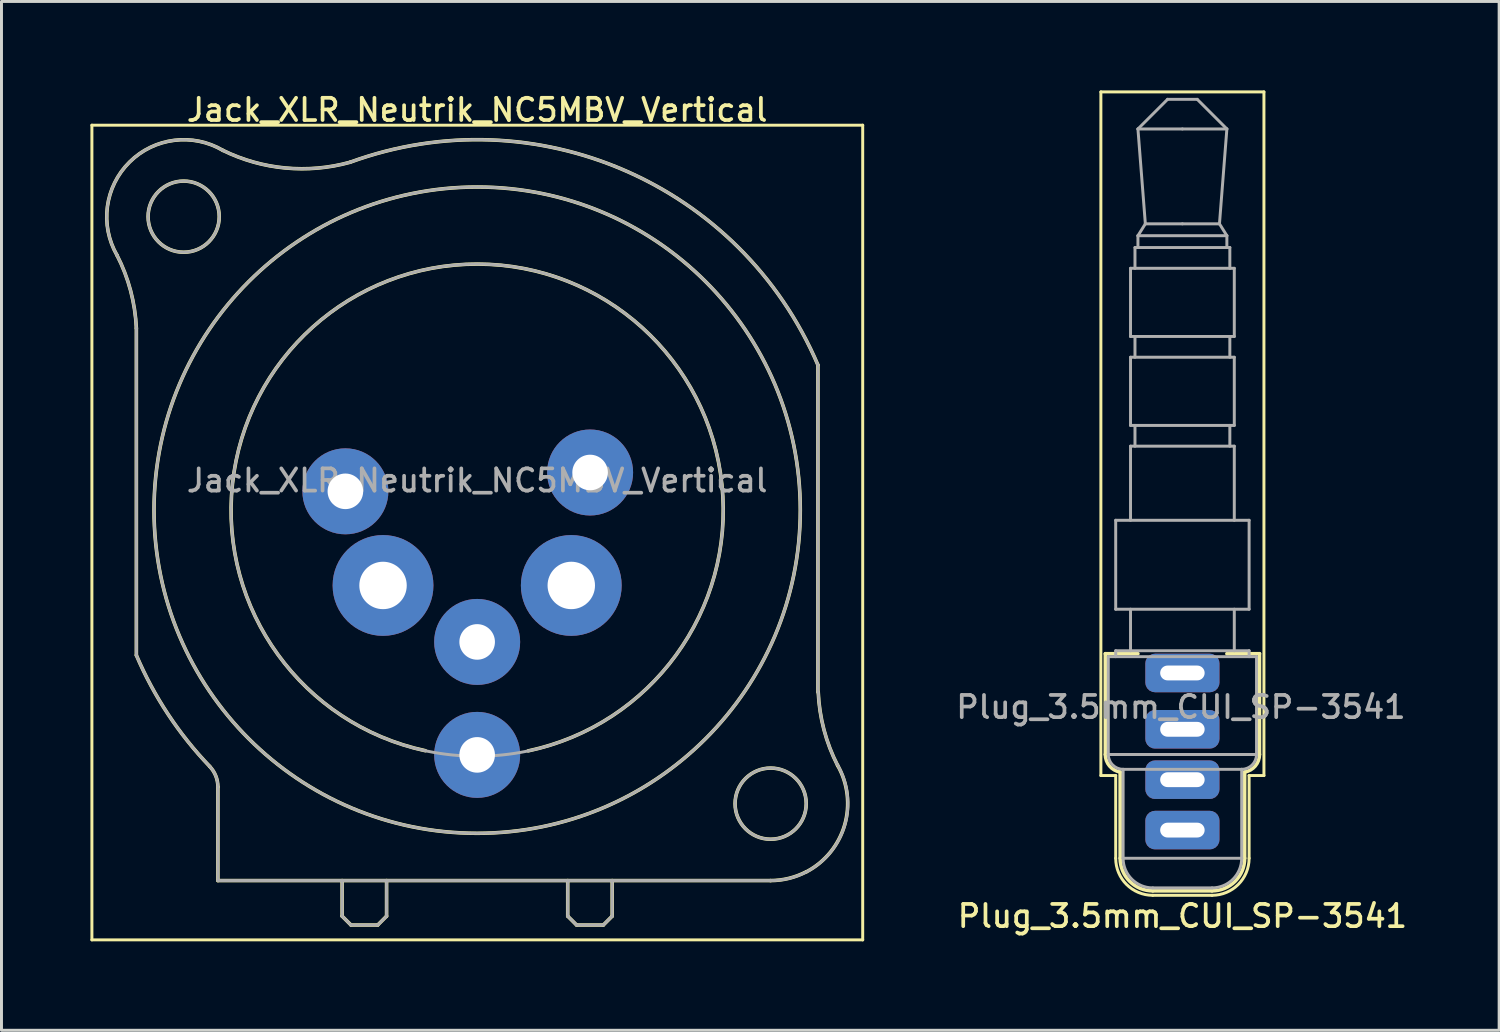
<source format=kicad_pcb>
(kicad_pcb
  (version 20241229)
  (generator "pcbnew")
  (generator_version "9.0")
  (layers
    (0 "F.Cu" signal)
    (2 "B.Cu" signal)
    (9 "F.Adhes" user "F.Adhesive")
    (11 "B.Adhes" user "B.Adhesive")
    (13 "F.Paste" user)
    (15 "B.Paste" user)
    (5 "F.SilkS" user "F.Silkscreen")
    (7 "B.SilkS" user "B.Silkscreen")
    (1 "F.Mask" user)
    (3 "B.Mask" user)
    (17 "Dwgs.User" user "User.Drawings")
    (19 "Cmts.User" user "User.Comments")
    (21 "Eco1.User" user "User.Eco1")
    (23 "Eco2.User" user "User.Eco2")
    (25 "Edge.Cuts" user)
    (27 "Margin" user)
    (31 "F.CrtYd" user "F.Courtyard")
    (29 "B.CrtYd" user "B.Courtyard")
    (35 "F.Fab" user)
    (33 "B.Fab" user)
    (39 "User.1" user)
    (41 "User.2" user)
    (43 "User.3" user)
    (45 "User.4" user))
  (footprint "Plug_3.5mm_CUI_SP-3541"
    (layer "F.Cu")
    (at 36.834 19.65)
    (property "Reference" "Plug_3.5mm_CUI_SP-3541" (at 0 8.2 0) (layer "F.SilkS") (effects (font (size 0.75 0.75) (thickness 0.125))))
    (attr through_hole)
    (fp_line (start -2.75 -19.6) (end 2.75 -19.6) (stroke (width 0.1) (type solid)) (layer "F.SilkS"))
    (fp_line (start -2.75 3.46) (end -2.75 -19.6) (stroke (width 0.1) (type solid)) (layer "F.SilkS"))
    (fp_line (start -2.75 3.46) (end -2.25 3.46) (stroke (width 0.1) (type solid)) (layer "F.SilkS"))
    (fp_line (start -2.6 -0.65) (end -1.5 -0.65) (stroke (width 0.12) (type solid)) (layer "F.SilkS"))
    (fp_line (start -2.6 2.75) (end -2.6 -0.65) (stroke (width 0.12) (type solid)) (layer "F.SilkS"))
    (fp_line (start -2.25 6.25) (end -2.25 3.46) (stroke (width 0.1) (type solid)) (layer "F.SilkS"))
    (fp_line (start -2.1 6.25) (end -2.1 3.342) (stroke (width 0.12) (type solid)) (layer "F.SilkS"))
    (fp_line (start 1 7.35) (end -1 7.35) (stroke (width 0.12) (type solid)) (layer "F.SilkS"))
    (fp_line (start 1 7.5) (end -1 7.5) (stroke (width 0.1) (type solid)) (layer "F.SilkS"))
    (fp_line (start 1.5 -0.65) (end 2.6 -0.65) (stroke (width 0.12) (type solid)) (layer "F.SilkS"))
    (fp_line (start 2.1 3.342) (end 2.1 6.25) (stroke (width 0.12) (type solid)) (layer "F.SilkS"))
    (fp_line (start 2.25 3.46) (end 2.25 6.25) (stroke (width 0.1) (type solid)) (layer "F.SilkS"))
    (fp_line (start 2.25 3.46) (end 2.75 3.46) (stroke (width 0.1) (type solid)) (layer "F.SilkS"))
    (fp_line (start 2.6 -0.65) (end 2.6 2.75) (stroke (width 0.12) (type solid)) (layer "F.SilkS"))
    (fp_line (start 2.75 -19.6) (end 2.75 3.46) (stroke (width 0.1) (type solid)) (layer "F.SilkS"))
    (fp_arc (start -2.1 3.341608) (mid -2.458258 3.137298) (end -2.6 2.75) (stroke (width 0.12) (type solid)) (layer "F.SilkS"))
    (fp_arc (start -1 7.35) (mid -1.777817 7.027817) (end -2.1 6.25) (stroke (width 0.12) (type solid)) (layer "F.SilkS"))
    (fp_arc (start -1 7.5) (mid -1.883883 7.133883) (end -2.25 6.25) (stroke (width 0.1) (type solid)) (layer "F.SilkS"))
    (fp_arc (start 2.1 6.25) (mid 1.777817 7.027817) (end 1 7.35) (stroke (width 0.12) (type solid)) (layer "F.SilkS"))
    (fp_arc (start 2.25 6.25) (mid 1.883883 7.133883) (end 1 7.5) (stroke (width 0.1) (type solid)) (layer "F.SilkS"))
    (fp_arc (start 2.6 2.75) (mid 2.458258 3.137298) (end 2.1 3.341608) (stroke (width 0.12) (type solid)) (layer "F.SilkS"))
    (fp_line (start -2.5 -0.55) (end 2.5 -0.55) (stroke (width 0.1) (type solid)) (layer "F.Fab"))
    (fp_line (start -2.5 2.75) (end -2.5 -0.55) (stroke (width 0.1) (type solid)) (layer "F.Fab"))
    (fp_line (start -2.5 2.75) (end 2.5 2.75) (stroke (width 0.1) (type solid)) (layer "F.Fab"))
    (fp_line (start -2.25 -5.15) (end -2.25 -2.15) (stroke (width 0.1) (type solid)) (layer "F.Fab"))
    (fp_line (start -2.25 -0.75) (end -2.25 -0.55) (stroke (width 0.1) (type solid)) (layer "F.Fab"))
    (fp_line (start -2 3.25) (end 2 3.25) (stroke (width 0.1) (type solid)) (layer "F.Fab"))
    (fp_line (start -2 6.25) (end -2 3.25) (stroke (width 0.1) (type solid)) (layer "F.Fab"))
    (fp_line (start -2 6.25) (end 2 6.25) (stroke (width 0.1) (type solid)) (layer "F.Fab"))
    (fp_line (start -1.75 -13.65) (end -1.75 -11.35) (stroke (width 0.1) (type solid)) (layer "F.Fab"))
    (fp_line (start -1.75 -13.65) (end 1.75 -13.65) (stroke (width 0.1) (type solid)) (layer "F.Fab"))
    (fp_line (start -1.75 -11.35) (end 1.75 -11.35) (stroke (width 0.1) (type solid)) (layer "F.Fab"))
    (fp_line (start -1.75 -10.65) (end -1.75 -8.35) (stroke (width 0.1) (type solid)) (layer "F.Fab"))
    (fp_line (start -1.75 -10.65) (end 1.75 -10.65) (stroke (width 0.1) (type solid)) (layer "F.Fab"))
    (fp_line (start -1.75 -8.35) (end 1.75 -8.35) (stroke (width 0.1) (type solid)) (layer "F.Fab"))
    (fp_line (start -1.75 -7.65) (end -1.75 -5.15) (stroke (width 0.1) (type solid)) (layer "F.Fab"))
    (fp_line (start -1.75 -7.65) (end 1.75 -7.65) (stroke (width 0.1) (type solid)) (layer "F.Fab"))
    (fp_line (start -1.75 -2.15) (end -1.75 -0.75) (stroke (width 0.1) (type solid)) (layer "F.Fab"))
    (fp_line (start -1.6 -14.35) (end -1.6 -13.65) (stroke (width 0.1) (type solid)) (layer "F.Fab"))
    (fp_line (start -1.6 -14.35) (end 1.6 -14.35) (stroke (width 0.1) (type solid)) (layer "F.Fab"))
    (fp_line (start -1.6 -11.35) (end -1.6 -10.65) (stroke (width 0.1) (type solid)) (layer "F.Fab"))
    (fp_line (start -1.6 -8.35) (end -1.6 -7.65) (stroke (width 0.1) (type solid)) (layer "F.Fab"))
    (fp_line (start -1.5 -18.35) (end -1.25 -15.15) (stroke (width 0.1) (type solid)) (layer "F.Fab"))
    (fp_line (start -1.5 -14.75) (end -1.5 -14.35) (stroke (width 0.1) (type solid)) (layer "F.Fab"))
    (fp_line (start -1.5 -14.75) (end 1.5 -14.75) (stroke (width 0.1) (type solid)) (layer "F.Fab"))
    (fp_line (start -1.25 -15.15) (end -1.5 -14.75) (stroke (width 0.1) (type solid)) (layer "F.Fab"))
    (fp_line (start -0.5 -19.35) (end -1.5 -18.35) (stroke (width 0.1) (type solid)) (layer "F.Fab"))
    (fp_line (start 0 -18.35) (end -1.5 -18.35) (stroke (width 0.1) (type solid)) (layer "F.Fab"))
    (fp_line (start 0 -15.15) (end -1.25 -15.15) (stroke (width 0.1) (type solid)) (layer "F.Fab"))
    (fp_line (start 0.5 -19.35) (end -0.5 -19.35) (stroke (width 0.1) (type solid)) (layer "F.Fab"))
    (fp_line (start 1 7.25) (end -1 7.25) (stroke (width 0.1) (type solid)) (layer "F.Fab"))
    (fp_line (start 1.25 -15.15) (end 0 -15.15) (stroke (width 0.1) (type solid)) (layer "F.Fab"))
    (fp_line (start 1.25 -15.15) (end 1.5 -18.35) (stroke (width 0.1) (type solid)) (layer "F.Fab"))
    (fp_line (start 1.5 -18.35) (end 0 -18.35) (stroke (width 0.1) (type solid)) (layer "F.Fab"))
    (fp_line (start 1.5 -18.35) (end 0.5 -19.35) (stroke (width 0.1) (type solid)) (layer "F.Fab"))
    (fp_line (start 1.5 -14.75) (end 1.25 -15.15) (stroke (width 0.1) (type solid)) (layer "F.Fab"))
    (fp_line (start 1.5 -14.35) (end 1.5 -14.75) (stroke (width 0.1) (type solid)) (layer "F.Fab"))
    (fp_line (start 1.6 -13.65) (end 1.6 -14.35) (stroke (width 0.1) (type solid)) (layer "F.Fab"))
    (fp_line (start 1.6 -10.65) (end 1.6 -11.35) (stroke (width 0.1) (type solid)) (layer "F.Fab"))
    (fp_line (start 1.6 -7.65) (end 1.6 -8.35) (stroke (width 0.1) (type solid)) (layer "F.Fab"))
    (fp_line (start 1.75 -11.35) (end 1.75 -13.65) (stroke (width 0.1) (type solid)) (layer "F.Fab"))
    (fp_line (start 1.75 -8.35) (end 1.75 -10.65) (stroke (width 0.1) (type solid)) (layer "F.Fab"))
    (fp_line (start 1.75 -5.15) (end 1.75 -7.65) (stroke (width 0.1) (type solid)) (layer "F.Fab"))
    (fp_line (start 1.75 -0.75) (end 1.75 -2.15) (stroke (width 0.1) (type solid)) (layer "F.Fab"))
    (fp_line (start 2 3.25) (end 2 6.25) (stroke (width 0.1) (type solid)) (layer "F.Fab"))
    (fp_line (start 2.25 -5.15) (end -2.25 -5.15) (stroke (width 0.1) (type solid)) (layer "F.Fab"))
    (fp_line (start 2.25 -2.15) (end -2.25 -2.15) (stroke (width 0.1) (type solid)) (layer "F.Fab"))
    (fp_line (start 2.25 -2.15) (end 2.25 -5.15) (stroke (width 0.1) (type solid)) (layer "F.Fab"))
    (fp_line (start 2.25 -0.75) (end -2.25 -0.75) (stroke (width 0.1) (type solid)) (layer "F.Fab"))
    (fp_line (start 2.25 -0.55) (end 2.25 -0.75) (stroke (width 0.1) (type solid)) (layer "F.Fab"))
    (fp_line (start 2.5 -0.55) (end 2.5 2.75) (stroke (width 0.1) (type solid)) (layer "F.Fab"))
    (fp_arc (start -2 3.25) (mid -2.353553 3.103553) (end -2.5 2.75) (stroke (width 0.1) (type solid)) (layer "F.Fab"))
    (fp_arc (start -1 7.25) (mid -1.707107 6.957107) (end -2 6.25) (stroke (width 0.1) (type solid)) (layer "F.Fab"))
    (fp_arc (start 2 6.25) (mid 1.707107 6.957107) (end 1 7.25) (stroke (width 0.1) (type solid)) (layer "F.Fab"))
    (fp_arc (start 2.5 2.75) (mid 2.353553 3.103553) (end 2 3.25) (stroke (width 0.1) (type solid)) (layer "F.Fab"))
    (fp_text user "${REFERENCE}" (at -0.05 1.15 0) (layer "F.Fab") (effects (font (size 0.75 0.75) (thickness 0.125))))
    (pad "R1" thru_hole roundrect (at 0 3.6) (size 2.5 1.3) (drill oval 1.5 0.5) (layers "*.Cu" "*.Mask") (roundrect_rratio 0.25))
    (pad "R2" thru_hole roundrect (at 0 1.9) (size 2.5 1.3) (drill oval 1.5 0.5) (layers "*.Cu" "*.Mask") (roundrect_rratio 0.25))
    (pad "S" thru_hole roundrect (at 0 0) (size 2.5 1.3) (drill oval 1.5 0.5) (layers "*.Cu" "*.Mask") (roundrect_rratio 0.25))
    (pad "T" thru_hole roundrect (at 0 5.3) (size 2.5 1.3) (drill oval 1.5 0.5) (layers "*.Cu" "*.Mask") (roundrect_rratio 0.25)))
  (footprint "Jack_XLR_Neutrik_NC5MBV_Vertical"
    (layer "F.Cu")
    (at 8.6 13.523)
    (property "Reference" "Jack_XLR_Neutrik_NC5MBV_Vertical" (at 4.445 -12.865 0) (layer "F.SilkS") (effects (font (size 0.75 0.75) (thickness 0.125))))
    (attr through_hole)
    (fp_line (start -8.55 -12.35) (end 17.45 -12.35) (stroke (width 0.1) (type solid)) (layer "F.SilkS"))
    (fp_line (start -8.55 15.13) (end -8.55 -12.35) (stroke (width 0.1) (type solid)) (layer "F.SilkS"))
    (fp_line (start -7.05 -5.5) (end -7.05 5.53) (stroke (width 0.12) (type solid)) (layer "F.SilkS"))
    (fp_line (start -4.3 9.97) (end -4.3 13.13) (stroke (width 0.12) (type solid)) (layer "F.SilkS"))
    (fp_line (start -0.11 13.13) (end -0.11 14.33) (stroke (width 0.12) (type solid)) (layer "F.SilkS"))
    (fp_line (start -0.11 14.33) (end 0.19 14.63) (stroke (width 0.12) (type solid)) (layer "F.SilkS"))
    (fp_line (start 0.19 14.63) (end 1.09 14.63) (stroke (width 0.12) (type solid)) (layer "F.SilkS"))
    (fp_line (start 1.39 13.13) (end 1.39 14.33) (stroke (width 0.12) (type solid)) (layer "F.SilkS"))
    (fp_line (start 1.39 14.33) (end 1.09 14.63) (stroke (width 0.12) (type solid)) (layer "F.SilkS"))
    (fp_line (start 7.5 13.13) (end 7.5 14.33) (stroke (width 0.12) (type solid)) (layer "F.SilkS"))
    (fp_line (start 7.5 14.33) (end 7.8 14.63) (stroke (width 0.12) (type solid)) (layer "F.SilkS"))
    (fp_line (start 8.7 14.63) (end 7.8 14.63) (stroke (width 0.12) (type solid)) (layer "F.SilkS"))
    (fp_line (start 9 13.13) (end 9 14.33) (stroke (width 0.12) (type solid)) (layer "F.SilkS"))
    (fp_line (start 9 14.33) (end 8.7 14.63) (stroke (width 0.12) (type solid)) (layer "F.SilkS"))
    (fp_line (start 14.34 13.13) (end -4.3 13.13) (stroke (width 0.12) (type solid)) (layer "F.SilkS"))
    (fp_line (start 15.94 6.77) (end 15.94 -4.26) (stroke (width 0.12) (type solid)) (layer "F.SilkS"))
    (fp_line (start 17.45 -12.35) (end 17.45 15.13) (stroke (width 0.1) (type solid)) (layer "F.SilkS"))
    (fp_line (start 17.45 15.13) (end -8.55 15.13) (stroke (width 0.1) (type solid)) (layer "F.SilkS"))
    (fp_arc (start -7.706072 -7.969016) (mid -7.245016 -6.769854) (end -7.05 -5.5) (stroke (width 0.12) (type solid)) (layer "F.SilkS"))
    (fp_arc (start -7.701898 -7.960402) (mid -7.280108 -11.106809) (end -4.13 -11.5) (stroke (width 0.12) (type solid)) (layer "F.SilkS"))
    (fp_arc (start -4.57767 9.277192) (mid -5.983521 7.515552) (end -7.05 5.53) (stroke (width 0.12) (type solid)) (layer "F.SilkS"))
    (fp_arc (start -4.577033 9.279118) (mid -4.371839 9.597822) (end -4.3 9.97) (stroke (width 0.12) (type solid)) (layer "F.SilkS"))
    (fp_arc (start 0.155138 -11.099295) (mid -2.024203 -10.906412) (end -4.13 -11.5) (stroke (width 0.12) (type solid)) (layer "F.SilkS"))
    (fp_arc (start 0.15831 -11.100431) (mid 9.413683 -10.828344) (end 15.94 -4.26) (stroke (width 0.12) (type solid)) (layer "F.SilkS"))
    (fp_arc (start 2.7 8.75) (mid 4.457421 -7.665488) (end 6.165706 8.755186) (stroke (width 0.12) (type solid)) (layer "F.SilkS"))
    (fp_arc (start 15.548589 12.832023) (mid 14.96239 13.054406) (end 14.34 13.13) (stroke (width 0.12) (type solid)) (layer "F.SilkS"))
    (fp_arc (start 16.602795 9.242305) (mid 16.840071 11.256668) (end 15.56 12.83) (stroke (width 0.12) (type solid)) (layer "F.SilkS"))
    (fp_arc (start 16.607596 9.253415) (mid 16.144453 8.047281) (end 15.95 6.77) (stroke (width 0.12) (type solid)) (layer "F.SilkS"))
    (fp_circle (center -5.455 -9.265) (end -4.255 -9.265) (stroke (width 0.12) (type solid)) (fill no) (layer "F.SilkS"))
    (fp_circle (center 4.445 0.635) (end 15.345 0.635) (stroke (width 0.12) (type solid)) (fill no) (layer "F.SilkS"))
    (fp_circle (center 14.345 10.535) (end 15.545 10.535) (stroke (width 0.12) (type solid)) (fill no) (layer "F.SilkS"))
    (fp_line (start -7.05 -5.5) (end -7.05 5.53) (stroke (width 0.1) (type solid)) (layer "F.Fab"))
    (fp_line (start -4.3 9.97) (end -4.3 13.13) (stroke (width 0.1) (type solid)) (layer "F.Fab"))
    (fp_line (start -0.11 13.13) (end -0.11 14.33) (stroke (width 0.1) (type solid)) (layer "F.Fab"))
    (fp_line (start -0.11 14.33) (end 0.19 14.63) (stroke (width 0.1) (type solid)) (layer "F.Fab"))
    (fp_line (start 0.19 14.63) (end 1.09 14.63) (stroke (width 0.1) (type solid)) (layer "F.Fab"))
    (fp_line (start 1.39 13.13) (end 1.39 14.33) (stroke (width 0.1) (type solid)) (layer "F.Fab"))
    (fp_line (start 1.39 14.33) (end 1.09 14.63) (stroke (width 0.1) (type solid)) (layer "F.Fab"))
    (fp_line (start 7.5 13.13) (end 7.5 14.33) (stroke (width 0.1) (type solid)) (layer "F.Fab"))
    (fp_line (start 7.5 14.33) (end 7.8 14.63) (stroke (width 0.1) (type solid)) (layer "F.Fab"))
    (fp_line (start 8.7 14.63) (end 7.8 14.63) (stroke (width 0.1) (type solid)) (layer "F.Fab"))
    (fp_line (start 9 13.13) (end 9 14.33) (stroke (width 0.1) (type solid)) (layer "F.Fab"))
    (fp_line (start 9 14.33) (end 8.7 14.63) (stroke (width 0.1) (type solid)) (layer "F.Fab"))
    (fp_line (start 14.34 13.13) (end -4.3 13.13) (stroke (width 0.1) (type solid)) (layer "F.Fab"))
    (fp_line (start 15.94 6.77) (end 15.94 -4.26) (stroke (width 0.1) (type solid)) (layer "F.Fab"))
    (fp_arc (start -7.706072 -7.969016) (mid -7.245016 -6.769854) (end -7.05 -5.5) (stroke (width 0.1) (type solid)) (layer "F.Fab"))
    (fp_arc (start -7.701898 -7.960402) (mid -7.280108 -11.106809) (end -4.13 -11.5) (stroke (width 0.1) (type solid)) (layer "F.Fab"))
    (fp_arc (start -4.57767 9.277192) (mid -5.983521 7.515552) (end -7.05 5.53) (stroke (width 0.1) (type solid)) (layer "F.Fab"))
    (fp_arc (start -4.577033 9.279118) (mid -4.371839 9.597822) (end -4.3 9.97) (stroke (width 0.1) (type solid)) (layer "F.Fab"))
    (fp_arc (start 0.155138 -11.099295) (mid -2.024203 -10.906412) (end -4.13 -11.5) (stroke (width 0.1) (type solid)) (layer "F.Fab"))
    (fp_arc (start 0.15831 -11.100431) (mid 9.413683 -10.828344) (end 15.94 -4.26) (stroke (width 0.1) (type solid)) (layer "F.Fab"))
    (fp_arc (start 16.564991 9.168414) (mid 16.616945 11.80321) (end 14.34 13.13) (stroke (width 0.1) (type solid)) (layer "F.Fab"))
    (fp_arc (start 16.574479 9.187942) (mid 16.135172 8.011789) (end 15.95 6.77) (stroke (width 0.1) (type solid)) (layer "F.Fab"))
    (fp_circle (center -5.455 -9.265) (end -4.255 -9.265) (stroke (width 0.1) (type solid)) (fill no) (layer "F.Fab"))
    (fp_circle (center 4.445 0.635) (end 12.745 0.635) (stroke (width 0.1) (type solid)) (fill no) (layer "F.Fab"))
    (fp_circle (center 4.445 0.635) (end 15.345 0.635) (stroke (width 0.1) (type solid)) (fill no) (layer "F.Fab"))
    (fp_circle (center 14.345 10.535) (end 15.545 10.535) (stroke (width 0.1) (type solid)) (fill no) (layer "F.Fab"))
    (fp_text user "${REFERENCE}" (at 4.445 -0.365 0) (layer "F.Fab") (effects (font (size 0.75 0.75) (thickness 0.125))))
    (pad "1" thru_hole circle (at 0 0) (size 2.9 2.9) (drill 1.2) (layers "*.Cu" "*.Mask"))
    (pad "2" thru_hole circle (at 1.27 3.175) (size 3.4 3.4) (drill 1.6) (layers "*.Cu" "*.Mask"))
    (pad "3" thru_hole circle (at 4.445 5.08) (size 2.9 2.9) (drill 1.2) (layers "*.Cu" "*.Mask"))
    (pad "4" thru_hole circle (at 7.62 3.175) (size 3.4 3.4) (drill 1.6) (layers "*.Cu" "*.Mask"))
    (pad "5" thru_hole circle (at 8.255 -0.635) (size 2.9 2.9) (drill 1.2) (layers "*.Cu" "*.Mask"))
    (pad "G" thru_hole circle (at 4.445 8.89) (size 2.9 2.9) (drill 1.2) (layers "*.Cu" "*.Mask")))
  (gr_rect
    (start -3 -3)
    (end 47.518 31.703)
    (stroke (width 0.1) (type default))
    (fill no)
    (layer "Edge.Cuts")))
</source>
